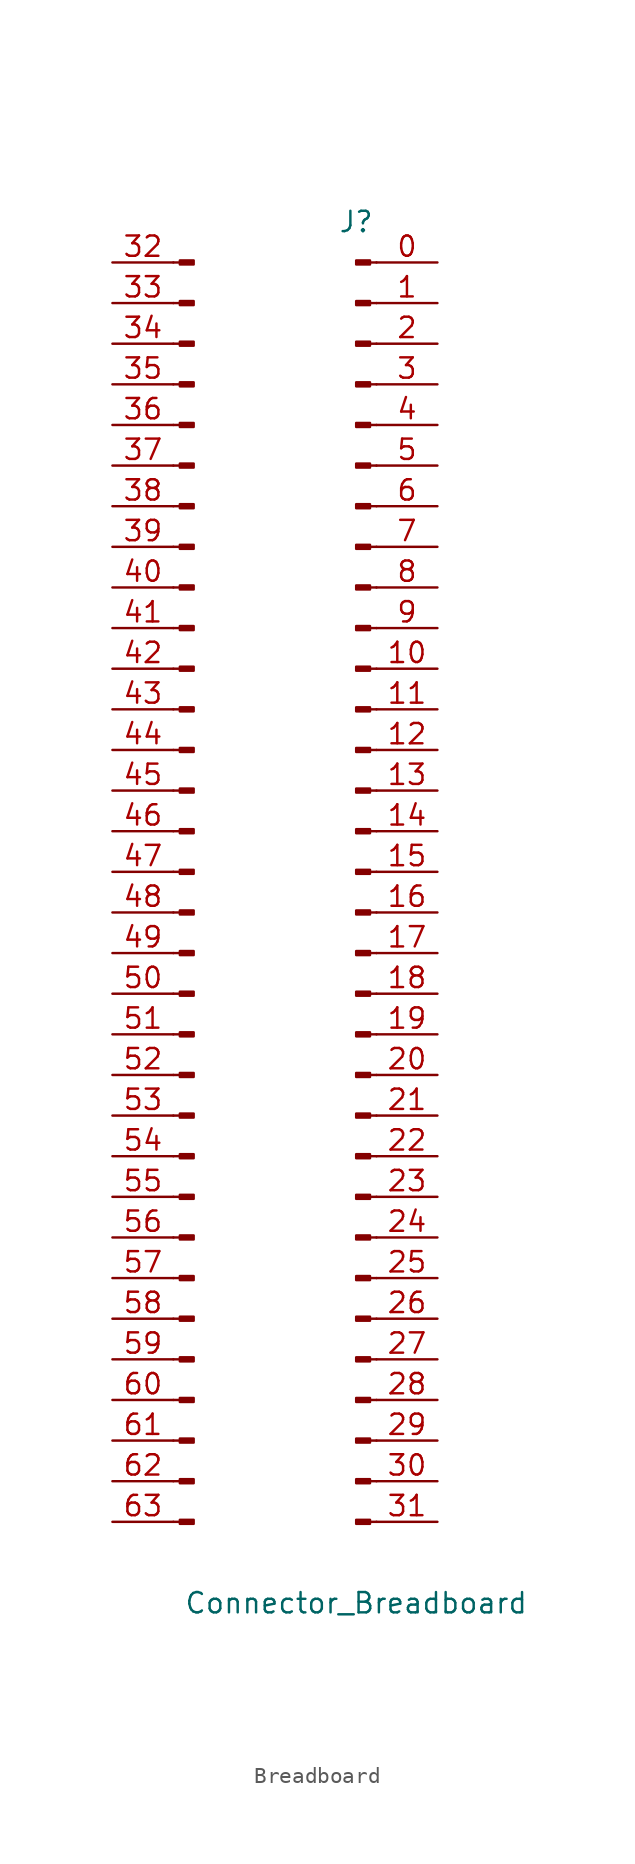
<source format=kicad_sym>
(kicad_symbol_lib
  (version 20220914)
  (generator kicad_symbol_editor)
  (symbol "Breadboard"
    (pin_names
      (offset 1.016) hide)
    (property "Reference" "J"
      (at 0 43.18 0)
      (effects (font (size 1.27 1.27))))
    (property "Value" "Connector_Breadboard"
      (at 0 -43.18 0)
      (effects (font (size 1.27 1.27))))
    (symbol "Breadboard_1_1"
      (rectangle (start -11.024 -37.973) (end -10.16 -38.227) (stroke (width 0.152) (type default)) (fill (type outline)))
      (rectangle (start -11.024 -35.433) (end -10.16 -35.687) (stroke (width 0.152) (type default)) (fill (type outline)))
      (rectangle (start -11.024 -32.893) (end -10.16 -33.147) (stroke (width 0.152) (type default)) (fill (type outline)))
      (rectangle (start -11.024 -30.353) (end -10.16 -30.607) (stroke (width 0.152) (type default)) (fill (type outline)))
      (rectangle (start -11.024 -27.813) (end -10.16 -28.067) (stroke (width 0.152) (type default)) (fill (type outline)))
      (rectangle (start -11.024 -25.273) (end -10.16 -25.527) (stroke (width 0.152) (type default)) (fill (type outline)))
      (rectangle (start -11.024 -22.733) (end -10.16 -22.987) (stroke (width 0.152) (type default)) (fill (type outline)))
      (rectangle (start -11.024 -20.193) (end -10.16 -20.447) (stroke (width 0.152) (type default)) (fill (type outline)))
      (rectangle (start -11.024 -17.653) (end -10.16 -17.907) (stroke (width 0.152) (type default)) (fill (type outline)))
      (rectangle (start -11.024 -15.113) (end -10.16 -15.367) (stroke (width 0.152) (type default)) (fill (type outline)))
      (rectangle (start -11.024 -12.573) (end -10.16 -12.827) (stroke (width 0.152) (type default)) (fill (type outline)))
      (rectangle (start -11.024 -10.033) (end -10.16 -10.287) (stroke (width 0.152) (type default)) (fill (type outline)))
      (rectangle (start -11.024 -7.493) (end -10.16 -7.747) (stroke (width 0.152) (type default)) (fill (type outline)))
      (rectangle (start -11.024 -4.953) (end -10.16 -5.207) (stroke (width 0.152) (type default)) (fill (type outline)))
      (rectangle (start -11.024 -2.413) (end -10.16 -2.667) (stroke (width 0.152) (type default)) (fill (type outline)))
      (rectangle (start -11.024 0.127) (end -10.16 -0.127) (stroke (width 0.152) (type default)) (fill (type outline)))
      (rectangle (start -11.024 2.667) (end -10.16 2.413) (stroke (width 0.152) (type default)) (fill (type outline)))
      (rectangle (start -11.024 5.207) (end -10.16 4.953) (stroke (width 0.152) (type default)) (fill (type outline)))
      (rectangle (start -11.024 7.747) (end -10.16 7.493) (stroke (width 0.152) (type default)) (fill (type outline)))
      (rectangle (start -11.024 10.287) (end -10.16 10.033) (stroke (width 0.152) (type default)) (fill (type outline)))
      (rectangle (start -11.024 12.827) (end -10.16 12.573) (stroke (width 0.152) (type default)) (fill (type outline)))
      (rectangle (start -11.024 15.367) (end -10.16 15.113) (stroke (width 0.152) (type default)) (fill (type outline)))
      (rectangle (start -11.024 17.907) (end -10.16 17.653) (stroke (width 0.152) (type default)) (fill (type outline)))
      (rectangle (start -11.024 20.447) (end -10.16 20.193) (stroke (width 0.152) (type default)) (fill (type outline)))
      (rectangle (start -11.024 22.987) (end -10.16 22.733) (stroke (width 0.152) (type default)) (fill (type outline)))
      (rectangle (start -11.024 25.527) (end -10.16 25.273) (stroke (width 0.152) (type default)) (fill (type outline)))
      (rectangle (start -11.024 28.067) (end -10.16 27.813) (stroke (width 0.152) (type default)) (fill (type outline)))
      (rectangle (start -11.024 30.607) (end -10.16 30.353) (stroke (width 0.152) (type default)) (fill (type outline)))
      (rectangle (start -11.024 33.147) (end -10.16 32.893) (stroke (width 0.152) (type default)) (fill (type outline)))
      (rectangle (start -11.024 35.687) (end -10.16 35.433) (stroke (width 0.152) (type default)) (fill (type outline)))
      (rectangle (start -11.024 38.227) (end -10.16 37.973) (stroke (width 0.152) (type default)) (fill (type outline)))
      (rectangle (start -11.024 40.767) (end -10.16 40.513) (stroke (width 0.152) (type default)) (fill (type outline)))
      (polyline (pts (xy -11.43 -38.1) (xy -11.024 -38.1)) (stroke (width 0.152) (type default)) (fill (type none)))
      (polyline (pts (xy -11.43 -35.56) (xy -11.024 -35.56)) (stroke (width 0.152) (type default)) (fill (type none)))
      (polyline (pts (xy -11.43 -33.02) (xy -11.024 -33.02)) (stroke (width 0.152) (type default)) (fill (type none)))
      (polyline (pts (xy -11.43 -30.48) (xy -11.024 -30.48)) (stroke (width 0.152) (type default)) (fill (type none)))
      (polyline (pts (xy -11.43 -27.94) (xy -11.024 -27.94)) (stroke (width 0.152) (type default)) (fill (type none)))
      (polyline (pts (xy -11.43 -25.4) (xy -11.024 -25.4)) (stroke (width 0.152) (type default)) (fill (type none)))
      (polyline (pts (xy -11.43 -22.86) (xy -11.024 -22.86)) (stroke (width 0.152) (type default)) (fill (type none)))
      (polyline (pts (xy -11.43 -20.32) (xy -11.024 -20.32)) (stroke (width 0.152) (type default)) (fill (type none)))
      (polyline (pts (xy -11.43 -17.78) (xy -11.024 -17.78)) (stroke (width 0.152) (type default)) (fill (type none)))
      (polyline (pts (xy -11.43 -15.24) (xy -11.024 -15.24)) (stroke (width 0.152) (type default)) (fill (type none)))
      (polyline (pts (xy -11.43 -12.7) (xy -11.024 -12.7)) (stroke (width 0.152) (type default)) (fill (type none)))
      (polyline (pts (xy -11.43 -10.16) (xy -11.024 -10.16)) (stroke (width 0.152) (type default)) (fill (type none)))
      (polyline (pts (xy -11.43 -7.62) (xy -11.024 -7.62)) (stroke (width 0.152) (type default)) (fill (type none)))
      (polyline (pts (xy -11.43 -5.08) (xy -11.024 -5.08)) (stroke (width 0.152) (type default)) (fill (type none)))
      (polyline (pts (xy -11.43 -2.54) (xy -11.024 -2.54)) (stroke (width 0.152) (type default)) (fill (type none)))
      (polyline (pts (xy -11.43 0) (xy -11.024 0)) (stroke (width 0.152) (type default)) (fill (type none)))
      (polyline (pts (xy -11.43 2.54) (xy -11.024 2.54)) (stroke (width 0.152) (type default)) (fill (type none)))
      (polyline (pts (xy -11.43 5.08) (xy -11.024 5.08)) (stroke (width 0.152) (type default)) (fill (type none)))
      (polyline (pts (xy -11.43 7.62) (xy -11.024 7.62)) (stroke (width 0.152) (type default)) (fill (type none)))
      (polyline (pts (xy -11.43 10.16) (xy -11.024 10.16)) (stroke (width 0.152) (type default)) (fill (type none)))
      (polyline (pts (xy -11.43 12.7) (xy -11.024 12.7)) (stroke (width 0.152) (type default)) (fill (type none)))
      (polyline (pts (xy -11.43 15.24) (xy -11.024 15.24)) (stroke (width 0.152) (type default)) (fill (type none)))
      (polyline (pts (xy -11.43 17.78) (xy -11.024 17.78)) (stroke (width 0.152) (type default)) (fill (type none)))
      (polyline (pts (xy -11.43 20.32) (xy -11.024 20.32)) (stroke (width 0.152) (type default)) (fill (type none)))
      (polyline (pts (xy -11.43 22.86) (xy -11.024 22.86)) (stroke (width 0.152) (type default)) (fill (type none)))
      (polyline (pts (xy -11.43 25.4) (xy -11.024 25.4)) (stroke (width 0.152) (type default)) (fill (type none)))
      (polyline (pts (xy -11.43 27.94) (xy -11.024 27.94)) (stroke (width 0.152) (type default)) (fill (type none)))
      (polyline (pts (xy -11.43 30.48) (xy -11.024 30.48)) (stroke (width 0.152) (type default)) (fill (type none)))
      (polyline (pts (xy -11.43 33.02) (xy -11.024 33.02)) (stroke (width 0.152) (type default)) (fill (type none)))
      (polyline (pts (xy -11.43 35.56) (xy -11.024 35.56)) (stroke (width 0.152) (type default)) (fill (type none)))
      (polyline (pts (xy -11.43 38.1) (xy -11.024 38.1)) (stroke (width 0.152) (type default)) (fill (type none)))
      (polyline (pts (xy -11.43 40.64) (xy -11.024 40.64)) (stroke (width 0.152) (type default)) (fill (type none)))
      (polyline (pts (xy 1.27 -38.1) (xy 0.864 -38.1)) (stroke (width 0.152) (type default)) (fill (type none)))
      (polyline (pts (xy 1.27 -35.56) (xy 0.864 -35.56)) (stroke (width 0.152) (type default)) (fill (type none)))
      (polyline (pts (xy 1.27 -33.02) (xy 0.864 -33.02)) (stroke (width 0.152) (type default)) (fill (type none)))
      (polyline (pts (xy 1.27 -30.48) (xy 0.864 -30.48)) (stroke (width 0.152) (type default)) (fill (type none)))
      (polyline (pts (xy 1.27 -27.94) (xy 0.864 -27.94)) (stroke (width 0.152) (type default)) (fill (type none)))
      (polyline (pts (xy 1.27 -25.4) (xy 0.864 -25.4)) (stroke (width 0.152) (type default)) (fill (type none)))
      (polyline (pts (xy 1.27 -22.86) (xy 0.864 -22.86)) (stroke (width 0.152) (type default)) (fill (type none)))
      (polyline (pts (xy 1.27 -20.32) (xy 0.864 -20.32)) (stroke (width 0.152) (type default)) (fill (type none)))
      (polyline (pts (xy 1.27 -17.78) (xy 0.864 -17.78)) (stroke (width 0.152) (type default)) (fill (type none)))
      (polyline (pts (xy 1.27 -15.24) (xy 0.864 -15.24)) (stroke (width 0.152) (type default)) (fill (type none)))
      (polyline (pts (xy 1.27 -12.7) (xy 0.864 -12.7)) (stroke (width 0.152) (type default)) (fill (type none)))
      (polyline (pts (xy 1.27 -10.16) (xy 0.864 -10.16)) (stroke (width 0.152) (type default)) (fill (type none)))
      (polyline (pts (xy 1.27 -7.62) (xy 0.864 -7.62)) (stroke (width 0.152) (type default)) (fill (type none)))
      (polyline (pts (xy 1.27 -5.08) (xy 0.864 -5.08)) (stroke (width 0.152) (type default)) (fill (type none)))
      (polyline (pts (xy 1.27 -2.54) (xy 0.864 -2.54)) (stroke (width 0.152) (type default)) (fill (type none)))
      (polyline (pts (xy 1.27 0) (xy 0.864 0)) (stroke (width 0.152) (type default)) (fill (type none)))
      (polyline (pts (xy 1.27 2.54) (xy 0.864 2.54)) (stroke (width 0.152) (type default)) (fill (type none)))
      (polyline (pts (xy 1.27 5.08) (xy 0.864 5.08)) (stroke (width 0.152) (type default)) (fill (type none)))
      (polyline (pts (xy 1.27 7.62) (xy 0.864 7.62)) (stroke (width 0.152) (type default)) (fill (type none)))
      (polyline (pts (xy 1.27 10.16) (xy 0.864 10.16)) (stroke (width 0.152) (type default)) (fill (type none)))
      (polyline (pts (xy 1.27 12.7) (xy 0.864 12.7)) (stroke (width 0.152) (type default)) (fill (type none)))
      (polyline (pts (xy 1.27 15.24) (xy 0.864 15.24)) (stroke (width 0.152) (type default)) (fill (type none)))
      (polyline (pts (xy 1.27 17.78) (xy 0.864 17.78)) (stroke (width 0.152) (type default)) (fill (type none)))
      (polyline (pts (xy 1.27 20.32) (xy 0.864 20.32)) (stroke (width 0.152) (type default)) (fill (type none)))
      (polyline (pts (xy 1.27 22.86) (xy 0.864 22.86)) (stroke (width 0.152) (type default)) (fill (type none)))
      (polyline (pts (xy 1.27 25.4) (xy 0.864 25.4)) (stroke (width 0.152) (type default)) (fill (type none)))
      (polyline (pts (xy 1.27 27.94) (xy 0.864 27.94)) (stroke (width 0.152) (type default)) (fill (type none)))
      (polyline (pts (xy 1.27 30.48) (xy 0.864 30.48)) (stroke (width 0.152) (type default)) (fill (type none)))
      (polyline (pts (xy 1.27 33.02) (xy 0.864 33.02)) (stroke (width 0.152) (type default)) (fill (type none)))
      (polyline (pts (xy 1.27 35.56) (xy 0.864 35.56)) (stroke (width 0.152) (type default)) (fill (type none)))
      (polyline (pts (xy 1.27 38.1) (xy 0.864 38.1)) (stroke (width 0.152) (type default)) (fill (type none)))
      (polyline (pts (xy 1.27 40.64) (xy 0.864 40.64)) (stroke (width 0.152) (type default)) (fill (type none)))
      (rectangle (start 0.864 -37.973) (end 0 -38.227) (stroke (width 0.152) (type default)) (fill (type outline)))
      (rectangle (start 0.864 -35.433) (end 0 -35.687) (stroke (width 0.152) (type default)) (fill (type outline)))
      (rectangle (start 0.864 -32.893) (end 0 -33.147) (stroke (width 0.152) (type default)) (fill (type outline)))
      (rectangle (start 0.864 -30.353) (end 0 -30.607) (stroke (width 0.152) (type default)) (fill (type outline)))
      (rectangle (start 0.864 -27.813) (end 0 -28.067) (stroke (width 0.152) (type default)) (fill (type outline)))
      (rectangle (start 0.864 -25.273) (end 0 -25.527) (stroke (width 0.152) (type default)) (fill (type outline)))
      (rectangle (start 0.864 -22.733) (end 0 -22.987) (stroke (width 0.152) (type default)) (fill (type outline)))
      (rectangle (start 0.864 -20.193) (end 0 -20.447) (stroke (width 0.152) (type default)) (fill (type outline)))
      (rectangle (start 0.864 -17.653) (end 0 -17.907) (stroke (width 0.152) (type default)) (fill (type outline)))
      (rectangle (start 0.864 -15.113) (end 0 -15.367) (stroke (width 0.152) (type default)) (fill (type outline)))
      (rectangle (start 0.864 -12.573) (end 0 -12.827) (stroke (width 0.152) (type default)) (fill (type outline)))
      (rectangle (start 0.864 -10.033) (end 0 -10.287) (stroke (width 0.152) (type default)) (fill (type outline)))
      (rectangle (start 0.864 -7.493) (end 0 -7.747) (stroke (width 0.152) (type default)) (fill (type outline)))
      (rectangle (start 0.864 -4.953) (end 0 -5.207) (stroke (width 0.152) (type default)) (fill (type outline)))
      (rectangle (start 0.864 -2.413) (end 0 -2.667) (stroke (width 0.152) (type default)) (fill (type outline)))
      (rectangle (start 0.864 0.127) (end 0 -0.127) (stroke (width 0.152) (type default)) (fill (type outline)))
      (rectangle (start 0.864 2.667) (end 0 2.413) (stroke (width 0.152) (type default)) (fill (type outline)))
      (rectangle (start 0.864 5.207) (end 0 4.953) (stroke (width 0.152) (type default)) (fill (type outline)))
      (rectangle (start 0.864 7.747) (end 0 7.493) (stroke (width 0.152) (type default)) (fill (type outline)))
      (rectangle (start 0.864 10.287) (end 0 10.033) (stroke (width 0.152) (type default)) (fill (type outline)))
      (rectangle (start 0.864 12.827) (end 0 12.573) (stroke (width 0.152) (type default)) (fill (type outline)))
      (rectangle (start 0.864 15.367) (end 0 15.113) (stroke (width 0.152) (type default)) (fill (type outline)))
      (rectangle (start 0.864 17.907) (end 0 17.653) (stroke (width 0.152) (type default)) (fill (type outline)))
      (rectangle (start 0.864 20.447) (end 0 20.193) (stroke (width 0.152) (type default)) (fill (type outline)))
      (rectangle (start 0.864 22.987) (end 0 22.733) (stroke (width 0.152) (type default)) (fill (type outline)))
      (rectangle (start 0.864 25.527) (end 0 25.273) (stroke (width 0.152) (type default)) (fill (type outline)))
      (rectangle (start 0.864 28.067) (end 0 27.813) (stroke (width 0.152) (type default)) (fill (type outline)))
      (rectangle (start 0.864 30.607) (end 0 30.353) (stroke (width 0.152) (type default)) (fill (type outline)))
      (rectangle (start 0.864 33.147) (end 0 32.893) (stroke (width 0.152) (type default)) (fill (type outline)))
      (rectangle (start 0.864 35.687) (end 0 35.433) (stroke (width 0.152) (type default)) (fill (type outline)))
      (rectangle (start 0.864 38.227) (end 0 37.973) (stroke (width 0.152) (type default)) (fill (type outline)))
      (rectangle (start 0.864 40.767) (end 0 40.513) (stroke (width 0.152) (type default)) (fill (type outline)))
      (pin passive line (at 5.08 40.64 180) (length 3.81) (name "Pin_0" (effects (font (size 1.27 1.27)))) (number "0" (effects (font (size 1.27 1.27)))))
      (pin passive line (at 5.08 38.1 180) (length 3.81) (name "Pin_1" (effects (font (size 1.27 1.27)))) (number "1" (effects (font (size 1.27 1.27)))))
      (pin passive line (at 5.08 15.24 180) (length 3.81) (name "Pin_10" (effects (font (size 1.27 1.27)))) (number "10" (effects (font (size 1.27 1.27)))))
      (pin passive line (at 5.08 12.7 180) (length 3.81) (name "Pin_11" (effects (font (size 1.27 1.27)))) (number "11" (effects (font (size 1.27 1.27)))))
      (pin passive line (at 5.08 10.16 180) (length 3.81) (name "Pin_12" (effects (font (size 1.27 1.27)))) (number "12" (effects (font (size 1.27 1.27)))))
      (pin passive line (at 5.08 7.62 180) (length 3.81) (name "Pin_13" (effects (font (size 1.27 1.27)))) (number "13" (effects (font (size 1.27 1.27)))))
      (pin passive line (at 5.08 5.08 180) (length 3.81) (name "Pin_14" (effects (font (size 1.27 1.27)))) (number "14" (effects (font (size 1.27 1.27)))))
      (pin passive line (at 5.08 2.54 180) (length 3.81) (name "Pin_15" (effects (font (size 1.27 1.27)))) (number "15" (effects (font (size 1.27 1.27)))))
      (pin passive line (at 5.08 0 180) (length 3.81) (name "Pin_16" (effects (font (size 1.27 1.27)))) (number "16" (effects (font (size 1.27 1.27)))))
      (pin passive line (at 5.08 -2.54 180) (length 3.81) (name "Pin_17" (effects (font (size 1.27 1.27)))) (number "17" (effects (font (size 1.27 1.27)))))
      (pin passive line (at 5.08 -5.08 180) (length 3.81) (name "Pin_18" (effects (font (size 1.27 1.27)))) (number "18" (effects (font (size 1.27 1.27)))))
      (pin passive line (at 5.08 -7.62 180) (length 3.81) (name "Pin_19" (effects (font (size 1.27 1.27)))) (number "19" (effects (font (size 1.27 1.27)))))
      (pin passive line (at 5.08 35.56 180) (length 3.81) (name "Pin_2" (effects (font (size 1.27 1.27)))) (number "2" (effects (font (size 1.27 1.27)))))
      (pin passive line (at 5.08 -10.16 180) (length 3.81) (name "Pin_20" (effects (font (size 1.27 1.27)))) (number "20" (effects (font (size 1.27 1.27)))))
      (pin passive line (at 5.08 -12.7 180) (length 3.81) (name "Pin_21" (effects (font (size 1.27 1.27)))) (number "21" (effects (font (size 1.27 1.27)))))
      (pin passive line (at 5.08 -15.24 180) (length 3.81) (name "Pin_22" (effects (font (size 1.27 1.27)))) (number "22" (effects (font (size 1.27 1.27)))))
      (pin passive line (at 5.08 -17.78 180) (length 3.81) (name "Pin_23" (effects (font (size 1.27 1.27)))) (number "23" (effects (font (size 1.27 1.27)))))
      (pin passive line (at 5.08 -20.32 180) (length 3.81) (name "Pin_24" (effects (font (size 1.27 1.27)))) (number "24" (effects (font (size 1.27 1.27)))))
      (pin passive line (at 5.08 -22.86 180) (length 3.81) (name "Pin_25" (effects (font (size 1.27 1.27)))) (number "25" (effects (font (size 1.27 1.27)))))
      (pin passive line (at 5.08 -25.4 180) (length 3.81) (name "Pin_26" (effects (font (size 1.27 1.27)))) (number "26" (effects (font (size 1.27 1.27)))))
      (pin passive line (at 5.08 -27.94 180) (length 3.81) (name "Pin_27" (effects (font (size 1.27 1.27)))) (number "27" (effects (font (size 1.27 1.27)))))
      (pin passive line (at 5.08 -30.48 180) (length 3.81) (name "Pin_28" (effects (font (size 1.27 1.27)))) (number "28" (effects (font (size 1.27 1.27)))))
      (pin passive line (at 5.08 -33.02 180) (length 3.81) (name "Pin_29" (effects (font (size 1.27 1.27)))) (number "29" (effects (font (size 1.27 1.27)))))
      (pin passive line (at 5.08 33.02 180) (length 3.81) (name "Pin_3" (effects (font (size 1.27 1.27)))) (number "3" (effects (font (size 1.27 1.27)))))
      (pin passive line (at 5.08 -35.56 180) (length 3.81) (name "Pin_30" (effects (font (size 1.27 1.27)))) (number "30" (effects (font (size 1.27 1.27)))))
      (pin passive line (at 5.08 -38.1 180) (length 3.81) (name "Pin_31" (effects (font (size 1.27 1.27)))) (number "31" (effects (font (size 1.27 1.27)))))
      (pin passive line (at -15.24 40.64 0) (length 3.81) (name "Pin_0" (effects (font (size 1.27 1.27)))) (number "32" (effects (font (size 1.27 1.27)))))
      (pin passive line (at -15.24 38.1 0) (length 3.81) (name "Pin_1" (effects (font (size 1.27 1.27)))) (number "33" (effects (font (size 1.27 1.27)))))
      (pin passive line (at -15.24 35.56 0) (length 3.81) (name "Pin_2" (effects (font (size 1.27 1.27)))) (number "34" (effects (font (size 1.27 1.27)))))
      (pin passive line (at -15.24 33.02 0) (length 3.81) (name "Pin_3" (effects (font (size 1.27 1.27)))) (number "35" (effects (font (size 1.27 1.27)))))
      (pin passive line (at -15.24 30.48 0) (length 3.81) (name "Pin_4" (effects (font (size 1.27 1.27)))) (number "36" (effects (font (size 1.27 1.27)))))
      (pin passive line (at -15.24 27.94 0) (length 3.81) (name "Pin_5" (effects (font (size 1.27 1.27)))) (number "37" (effects (font (size 1.27 1.27)))))
      (pin passive line (at -15.24 25.4 0) (length 3.81) (name "Pin_6" (effects (font (size 1.27 1.27)))) (number "38" (effects (font (size 1.27 1.27)))))
      (pin passive line (at -15.24 22.86 0) (length 3.81) (name "Pin_7" (effects (font (size 1.27 1.27)))) (number "39" (effects (font (size 1.27 1.27)))))
      (pin passive line (at 5.08 30.48 180) (length 3.81) (name "Pin_4" (effects (font (size 1.27 1.27)))) (number "4" (effects (font (size 1.27 1.27)))))
      (pin passive line (at -15.24 20.32 0) (length 3.81) (name "Pin_8" (effects (font (size 1.27 1.27)))) (number "40" (effects (font (size 1.27 1.27)))))
      (pin passive line (at -15.24 17.78 0) (length 3.81) (name "Pin_9" (effects (font (size 1.27 1.27)))) (number "41" (effects (font (size 1.27 1.27)))))
      (pin passive line (at -15.24 15.24 0) (length 3.81) (name "Pin_10" (effects (font (size 1.27 1.27)))) (number "42" (effects (font (size 1.27 1.27)))))
      (pin passive line (at -15.24 12.7 0) (length 3.81) (name "Pin_11" (effects (font (size 1.27 1.27)))) (number "43" (effects (font (size 1.27 1.27)))))
      (pin passive line (at -15.24 10.16 0) (length 3.81) (name "Pin_12" (effects (font (size 1.27 1.27)))) (number "44" (effects (font (size 1.27 1.27)))))
      (pin passive line (at -15.24 7.62 0) (length 3.81) (name "Pin_13" (effects (font (size 1.27 1.27)))) (number "45" (effects (font (size 1.27 1.27)))))
      (pin passive line (at -15.24 5.08 0) (length 3.81) (name "Pin_14" (effects (font (size 1.27 1.27)))) (number "46" (effects (font (size 1.27 1.27)))))
      (pin passive line (at -15.24 2.54 0) (length 3.81) (name "Pin_15" (effects (font (size 1.27 1.27)))) (number "47" (effects (font (size 1.27 1.27)))))
      (pin passive line (at -15.24 0 0) (length 3.81) (name "Pin_16" (effects (font (size 1.27 1.27)))) (number "48" (effects (font (size 1.27 1.27)))))
      (pin passive line (at -15.24 -2.54 0) (length 3.81) (name "Pin_17" (effects (font (size 1.27 1.27)))) (number "49" (effects (font (size 1.27 1.27)))))
      (pin passive line (at 5.08 27.94 180) (length 3.81) (name "Pin_5" (effects (font (size 1.27 1.27)))) (number "5" (effects (font (size 1.27 1.27)))))
      (pin passive line (at -15.24 -5.08 0) (length 3.81) (name "Pin_18" (effects (font (size 1.27 1.27)))) (number "50" (effects (font (size 1.27 1.27)))))
      (pin passive line (at -15.24 -7.62 0) (length 3.81) (name "Pin_19" (effects (font (size 1.27 1.27)))) (number "51" (effects (font (size 1.27 1.27)))))
      (pin passive line (at -15.24 -10.16 0) (length 3.81) (name "Pin_20" (effects (font (size 1.27 1.27)))) (number "52" (effects (font (size 1.27 1.27)))))
      (pin passive line (at -15.24 -12.7 0) (length 3.81) (name "Pin_21" (effects (font (size 1.27 1.27)))) (number "53" (effects (font (size 1.27 1.27)))))
      (pin passive line (at -15.24 -15.24 0) (length 3.81) (name "Pin_22" (effects (font (size 1.27 1.27)))) (number "54" (effects (font (size 1.27 1.27)))))
      (pin passive line (at -15.24 -17.78 0) (length 3.81) (name "Pin_23" (effects (font (size 1.27 1.27)))) (number "55" (effects (font (size 1.27 1.27)))))
      (pin passive line (at -15.24 -20.32 0) (length 3.81) (name "Pin_24" (effects (font (size 1.27 1.27)))) (number "56" (effects (font (size 1.27 1.27)))))
      (pin passive line (at -15.24 -22.86 0) (length 3.81) (name "Pin_25" (effects (font (size 1.27 1.27)))) (number "57" (effects (font (size 1.27 1.27)))))
      (pin passive line (at -15.24 -25.4 0) (length 3.81) (name "Pin_26" (effects (font (size 1.27 1.27)))) (number "58" (effects (font (size 1.27 1.27)))))
      (pin passive line (at -15.24 -27.94 0) (length 3.81) (name "Pin_27" (effects (font (size 1.27 1.27)))) (number "59" (effects (font (size 1.27 1.27)))))
      (pin passive line (at 5.08 25.4 180) (length 3.81) (name "Pin_6" (effects (font (size 1.27 1.27)))) (number "6" (effects (font (size 1.27 1.27)))))
      (pin passive line (at -15.24 -30.48 0) (length 3.81) (name "Pin_28" (effects (font (size 1.27 1.27)))) (number "60" (effects (font (size 1.27 1.27)))))
      (pin passive line (at -15.24 -33.02 0) (length 3.81) (name "Pin_29" (effects (font (size 1.27 1.27)))) (number "61" (effects (font (size 1.27 1.27)))))
      (pin passive line (at -15.24 -35.56 0) (length 3.81) (name "Pin_30" (effects (font (size 1.27 1.27)))) (number "62" (effects (font (size 1.27 1.27)))))
      (pin passive line (at -15.24 -38.1 0) (length 3.81) (name "Pin_31" (effects (font (size 1.27 1.27)))) (number "63" (effects (font (size 1.27 1.27)))))
      (pin passive line (at 5.08 22.86 180) (length 3.81) (name "Pin_7" (effects (font (size 1.27 1.27)))) (number "7" (effects (font (size 1.27 1.27)))))
      (pin passive line (at 5.08 20.32 180) (length 3.81) (name "Pin_8" (effects (font (size 1.27 1.27)))) (number "8" (effects (font (size 1.27 1.27)))))
      (pin passive line (at 5.08 17.78 180) (length 3.81) (name "Pin_9" (effects (font (size 1.27 1.27)))) (number "9" (effects (font (size 1.27 1.27))))))))
</source>
